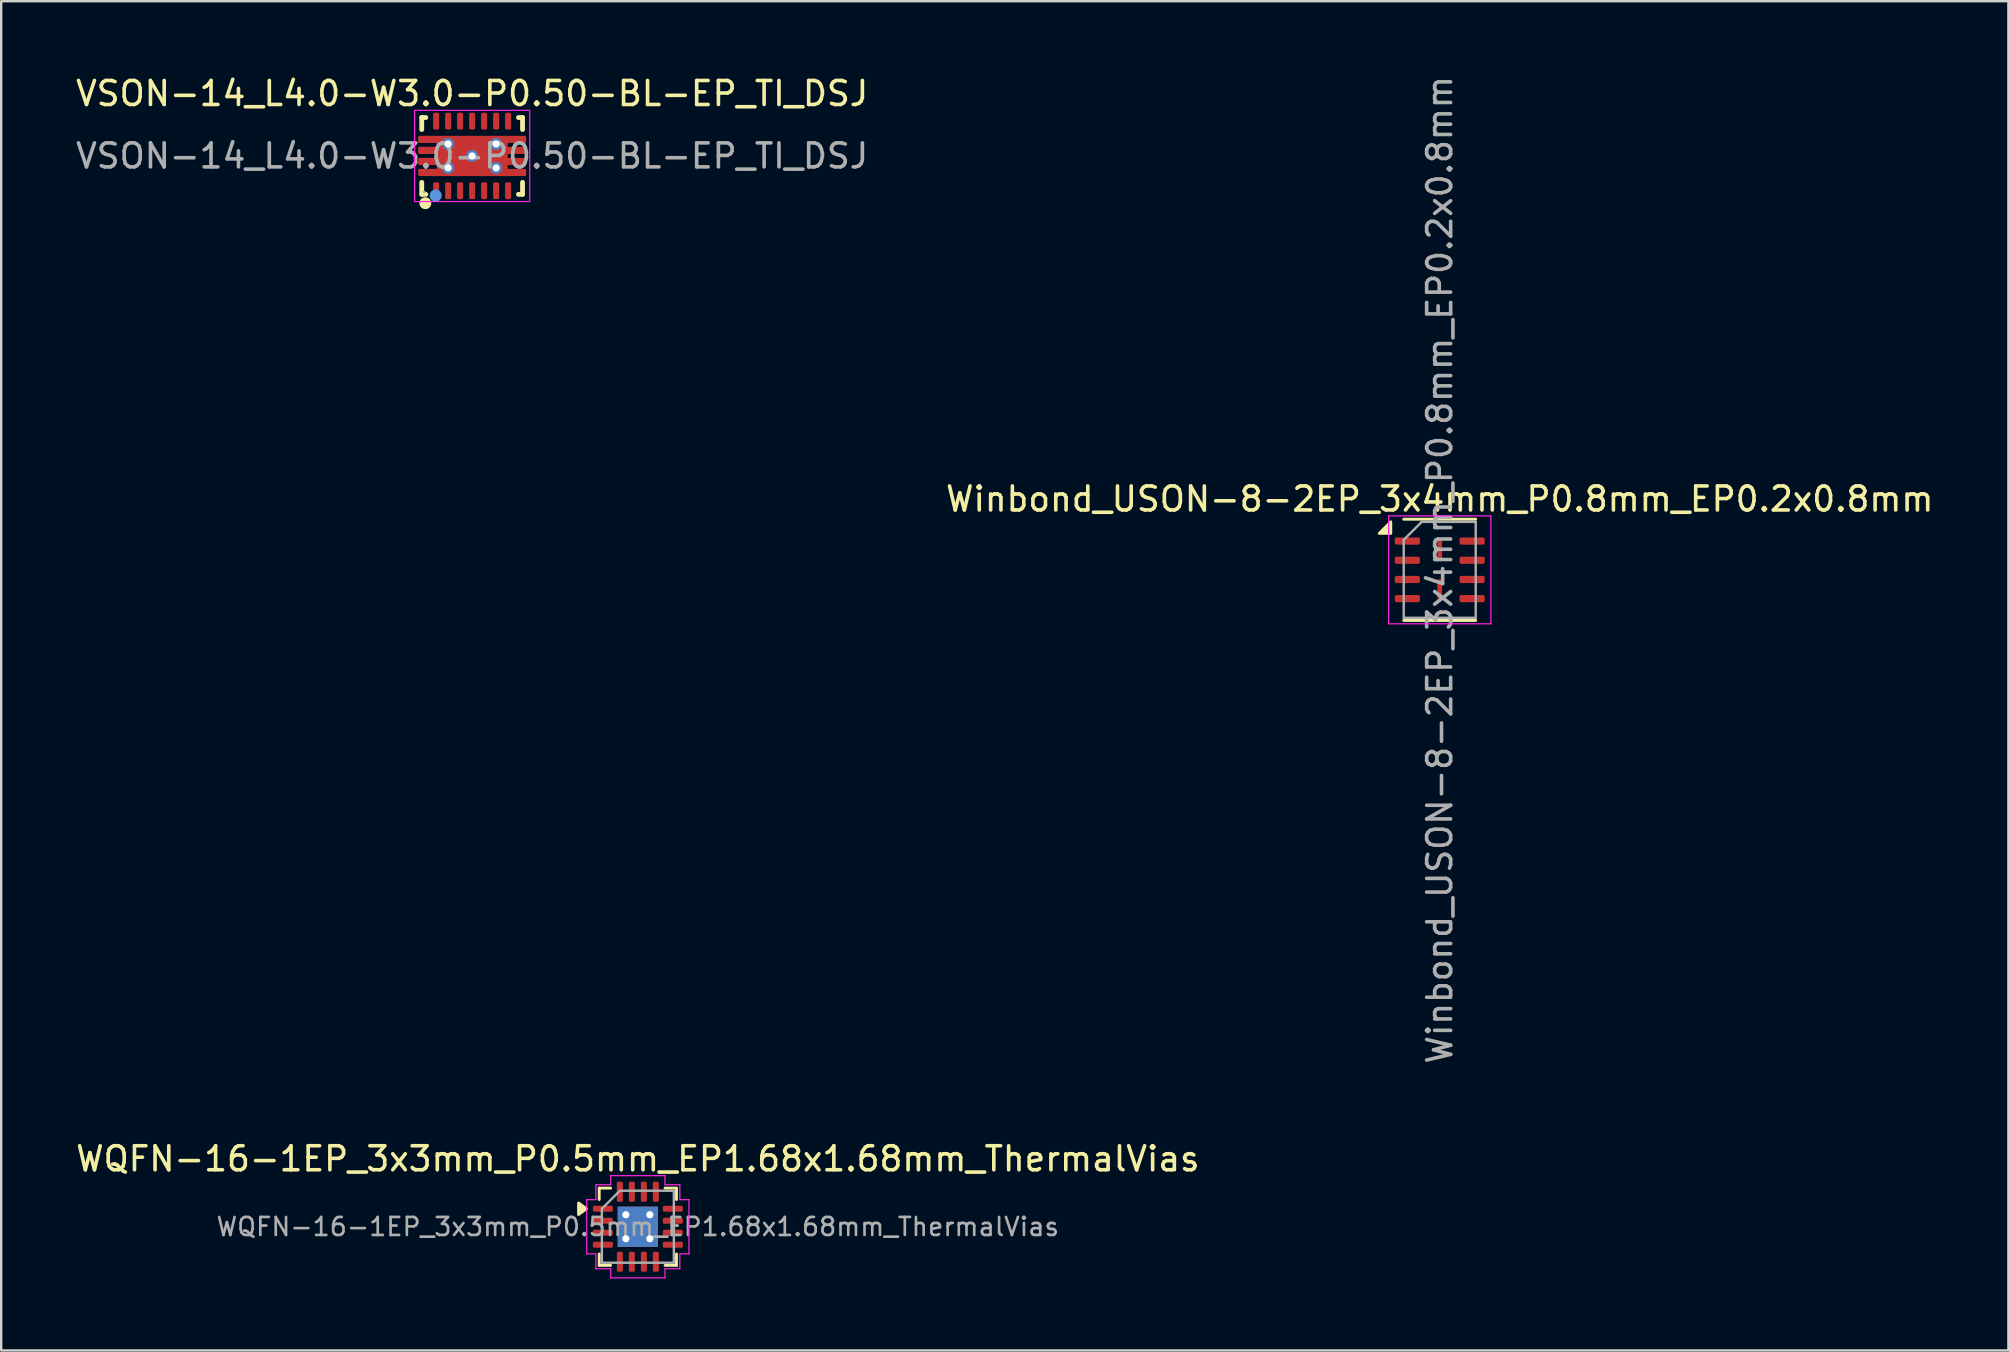
<source format=kicad_pcb>
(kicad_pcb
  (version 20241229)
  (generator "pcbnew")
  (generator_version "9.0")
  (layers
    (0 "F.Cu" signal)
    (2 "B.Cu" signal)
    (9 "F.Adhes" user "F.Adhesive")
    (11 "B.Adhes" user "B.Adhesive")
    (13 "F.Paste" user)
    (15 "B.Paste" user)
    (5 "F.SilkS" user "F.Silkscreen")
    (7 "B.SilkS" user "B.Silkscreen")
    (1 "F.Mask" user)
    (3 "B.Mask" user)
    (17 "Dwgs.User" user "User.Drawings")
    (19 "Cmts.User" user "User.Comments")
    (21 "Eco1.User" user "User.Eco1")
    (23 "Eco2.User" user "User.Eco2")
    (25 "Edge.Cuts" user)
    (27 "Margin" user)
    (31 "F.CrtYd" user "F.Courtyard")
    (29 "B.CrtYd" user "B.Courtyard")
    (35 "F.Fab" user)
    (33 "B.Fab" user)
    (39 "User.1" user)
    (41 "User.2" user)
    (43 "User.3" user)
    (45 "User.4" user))
  (footprint "WQFN-16-1EP_3x3mm_P0.5mm_EP1.68x1.68mm_ThermalVias"
    (layer "F.Cu")
    (at 23.53 48.071)
    (property "Reference" "WQFN-16-1EP_3x3mm_P0.5mm_EP1.68x1.68mm_ThermalVias" (at 0 -2.83 0) (layer "F.SilkS") (effects (font (size 1 1) (thickness 0.15))))
    (attr smd)
    (fp_line (start -1.61 -1.61) (end -1.135 -1.61) (stroke (width 0.12) (type solid)) (layer "F.SilkS"))
    (fp_line (start -1.61 -1.135) (end -1.61 -1.61) (stroke (width 0.12) (type solid)) (layer "F.SilkS"))
    (fp_line (start -1.61 1.61) (end -1.61 1.135) (stroke (width 0.12) (type solid)) (layer "F.SilkS"))
    (fp_line (start -1.135 1.61) (end -1.61 1.61) (stroke (width 0.12) (type solid)) (layer "F.SilkS"))
    (fp_line (start 1.135 -1.61) (end 1.61 -1.61) (stroke (width 0.12) (type solid)) (layer "F.SilkS"))
    (fp_line (start 1.61 -1.61) (end 1.61 -1.135) (stroke (width 0.12) (type solid)) (layer "F.SilkS"))
    (fp_line (start 1.61 1.135) (end 1.61 1.61) (stroke (width 0.12) (type solid)) (layer "F.SilkS"))
    (fp_line (start 1.61 1.61) (end 1.135 1.61) (stroke (width 0.12) (type solid)) (layer "F.SilkS"))
    (fp_poly (pts (xy -2.14 -0.75) (xy -2.47 -0.51) (xy -2.47 -0.99)) (stroke (width 0.12) (type solid)) (fill yes) (layer "F.SilkS"))
    (fp_line (start -2.13 -1.13) (end -1.75 -1.13) (stroke (width 0.05) (type solid)) (layer "F.CrtYd"))
    (fp_line (start -2.13 1.13) (end -2.13 -1.13) (stroke (width 0.05) (type solid)) (layer "F.CrtYd"))
    (fp_line (start -1.75 -1.75) (end -1.13 -1.75) (stroke (width 0.05) (type solid)) (layer "F.CrtYd"))
    (fp_line (start -1.75 -1.13) (end -1.75 -1.75) (stroke (width 0.05) (type solid)) (layer "F.CrtYd"))
    (fp_line (start -1.75 1.13) (end -2.13 1.13) (stroke (width 0.05) (type solid)) (layer "F.CrtYd"))
    (fp_line (start -1.75 1.75) (end -1.75 1.13) (stroke (width 0.05) (type solid)) (layer "F.CrtYd"))
    (fp_line (start -1.13 -2.13) (end 1.13 -2.13) (stroke (width 0.05) (type solid)) (layer "F.CrtYd"))
    (fp_line (start -1.13 -1.75) (end -1.13 -2.13) (stroke (width 0.05) (type solid)) (layer "F.CrtYd"))
    (fp_line (start -1.13 1.75) (end -1.75 1.75) (stroke (width 0.05) (type solid)) (layer "F.CrtYd"))
    (fp_line (start -1.13 2.13) (end -1.13 1.75) (stroke (width 0.05) (type solid)) (layer "F.CrtYd"))
    (fp_line (start 1.13 -2.13) (end 1.13 -1.75) (stroke (width 0.05) (type solid)) (layer "F.CrtYd"))
    (fp_line (start 1.13 -1.75) (end 1.75 -1.75) (stroke (width 0.05) (type solid)) (layer "F.CrtYd"))
    (fp_line (start 1.13 1.75) (end 1.13 2.13) (stroke (width 0.05) (type solid)) (layer "F.CrtYd"))
    (fp_line (start 1.13 2.13) (end -1.13 2.13) (stroke (width 0.05) (type solid)) (layer "F.CrtYd"))
    (fp_line (start 1.75 -1.75) (end 1.75 -1.13) (stroke (width 0.05) (type solid)) (layer "F.CrtYd"))
    (fp_line (start 1.75 -1.13) (end 2.13 -1.13) (stroke (width 0.05) (type solid)) (layer "F.CrtYd"))
    (fp_line (start 1.75 1.13) (end 1.75 1.75) (stroke (width 0.05) (type solid)) (layer "F.CrtYd"))
    (fp_line (start 1.75 1.75) (end 1.13 1.75) (stroke (width 0.05) (type solid)) (layer "F.CrtYd"))
    (fp_line (start 2.13 -1.13) (end 2.13 1.13) (stroke (width 0.05) (type solid)) (layer "F.CrtYd"))
    (fp_line (start 2.13 1.13) (end 1.75 1.13) (stroke (width 0.05) (type solid)) (layer "F.CrtYd"))
    (fp_poly (pts (xy -1.5 -0.75) (xy -1.5 1.5) (xy 1.5 1.5) (xy 1.5 -1.5) (xy -0.75 -1.5)) (stroke (width 0.1) (type solid)) (fill no) (layer "F.Fab"))
    (fp_text user "${REFERENCE}" (at 0 0 0) (layer "F.Fab") (effects (font (size 0.75 0.75) (thickness 0.11))))
    (pad "" smd roundrect (at -0.42 -0.42) (size 0.73 0.73) (layers "F.Paste") (roundrect_rratio 0.25))
    (pad "" smd roundrect (at -0.42 0.42) (size 0.73 0.73) (layers "F.Paste") (roundrect_rratio 0.25))
    (pad "" smd roundrect (at 0.42 -0.42) (size 0.73 0.73) (layers "F.Paste") (roundrect_rratio 0.25))
    (pad "" smd roundrect (at 0.42 0.42) (size 0.73 0.73) (layers "F.Paste") (roundrect_rratio 0.25))
    (pad "1" smd roundrect (at -1.458 -0.75) (size 0.835 0.25) (layers "F.Cu" "F.Mask" "F.Paste") (roundrect_rratio 0.25))
    (pad "2" smd roundrect (at -1.458 -0.25) (size 0.835 0.25) (layers "F.Cu" "F.Mask" "F.Paste") (roundrect_rratio 0.25))
    (pad "3" smd roundrect (at -1.458 0.25) (size 0.835 0.25) (layers "F.Cu" "F.Mask" "F.Paste") (roundrect_rratio 0.25))
    (pad "4" smd roundrect (at -1.458 0.75) (size 0.835 0.25) (layers "F.Cu" "F.Mask" "F.Paste") (roundrect_rratio 0.25))
    (pad "5" smd roundrect (at -0.75 1.458) (size 0.25 0.835) (layers "F.Cu" "F.Mask" "F.Paste") (roundrect_rratio 0.25))
    (pad "6" smd roundrect (at -0.25 1.458) (size 0.25 0.835) (layers "F.Cu" "F.Mask" "F.Paste") (roundrect_rratio 0.25))
    (pad "7" smd roundrect (at 0.25 1.458) (size 0.25 0.835) (layers "F.Cu" "F.Mask" "F.Paste") (roundrect_rratio 0.25))
    (pad "8" smd roundrect (at 0.75 1.458) (size 0.25 0.835) (layers "F.Cu" "F.Mask" "F.Paste") (roundrect_rratio 0.25))
    (pad "9" smd roundrect (at 1.458 0.75) (size 0.835 0.25) (layers "F.Cu" "F.Mask" "F.Paste") (roundrect_rratio 0.25))
    (pad "10" smd roundrect (at 1.458 0.25) (size 0.835 0.25) (layers "F.Cu" "F.Mask" "F.Paste") (roundrect_rratio 0.25))
    (pad "11" smd roundrect (at 1.458 -0.25) (size 0.835 0.25) (layers "F.Cu" "F.Mask" "F.Paste") (roundrect_rratio 0.25))
    (pad "12" smd roundrect (at 1.458 -0.75) (size 0.835 0.25) (layers "F.Cu" "F.Mask" "F.Paste") (roundrect_rratio 0.25))
    (pad "13" smd roundrect (at 0.75 -1.458) (size 0.25 0.835) (layers "F.Cu" "F.Mask" "F.Paste") (roundrect_rratio 0.25))
    (pad "14" smd roundrect (at 0.25 -1.458) (size 0.25 0.835) (layers "F.Cu" "F.Mask" "F.Paste") (roundrect_rratio 0.25))
    (pad "15" smd roundrect (at -0.25 -1.458) (size 0.25 0.835) (layers "F.Cu" "F.Mask" "F.Paste") (roundrect_rratio 0.25))
    (pad "16" smd roundrect (at -0.75 -1.458) (size 0.25 0.835) (layers "F.Cu" "F.Mask" "F.Paste") (roundrect_rratio 0.25))
    (pad "17" thru_hole circle (at -0.5 -0.5) (size 0.6 0.6) (drill 0.3) (property pad_prop_heatsink) (layers "*.Cu"))
    (pad "17" thru_hole circle (at -0.5 0.5) (size 0.6 0.6) (drill 0.3) (property pad_prop_heatsink) (layers "*.Cu"))
    (pad "17" smd rect (at 0 0) (size 1.68 1.68) (property pad_prop_heatsink) (layers "F.Cu" "F.Mask"))
    (pad "17" smd rect (at 0 0) (size 1.68 1.68) (property pad_prop_heatsink) (layers "B.Cu"))
    (pad "17" thru_hole circle (at 0.5 -0.5) (size 0.6 0.6) (drill 0.3) (property pad_prop_heatsink) (layers "*.Cu"))
    (pad "17" thru_hole circle (at 0.5 0.5) (size 0.6 0.6) (drill 0.3) (property pad_prop_heatsink) (layers "*.Cu")))
  (footprint "VSON-14_L4.0-W3.0-P0.50-BL-EP_TI_DSJ"
    (layer "F.Cu")
    (at 16.625 3.448)
    (property "Reference" "VSON-14_L4.0-W3.0-P0.50-BL-EP_TI_DSJ" (at 0 -2.6 0) (layer "F.SilkS") (effects (font (size 1 1) (thickness 0.15))))
    (attr smd)
    (fp_line (start -2.1 -1.6) (end -1.93 -1.6) (stroke (width 0.2) (type solid)) (layer "F.SilkS"))
    (fp_line (start -2.1 -1.1) (end -2.1 -1.6) (stroke (width 0.2) (type solid)) (layer "F.SilkS"))
    (fp_line (start -2.1 1.6) (end -2.1 1.1) (stroke (width 0.2) (type solid)) (layer "F.SilkS"))
    (fp_line (start -1.93 1.6) (end -2.1 1.6) (stroke (width 0.2) (type solid)) (layer "F.SilkS"))
    (fp_line (start 2.1 -1.6) (end 1.93 -1.6) (stroke (width 0.2) (type solid)) (layer "F.SilkS"))
    (fp_line (start 2.1 -1.1) (end 2.1 -1.6) (stroke (width 0.2) (type solid)) (layer "F.SilkS"))
    (fp_line (start 2.1 1.1) (end 2.1 1.6) (stroke (width 0.2) (type solid)) (layer "F.SilkS"))
    (fp_line (start 2.1 1.6) (end 1.93 1.6) (stroke (width 0.2) (type solid)) (layer "F.SilkS"))
    (fp_arc (start -1.95 1.97) (mid -1.95 1.97) (end -1.95 1.97) (stroke (width 0.25) (type solid)) (layer "F.SilkS"))
    (fp_circle (center -1.52 1.65) (end -1.39 1.65) (stroke (width 0.25) (type solid)) (fill no) (layer "Cmts.User"))
    (fp_rect (start -2.4 -1.9) (end 2.4 1.9) (stroke (width 0.05) (type default)) (fill no) (layer "F.CrtYd"))
    (fp_circle (center -2 1.5) (end -1.97 1.5) (stroke (width 0.06) (type solid)) (fill no) (layer "F.Fab"))
    (fp_text user "${REFERENCE}" (at 0 0 0) (layer "F.Fab") (effects (font (size 1 1) (thickness 0.15))))
    (pad "1" smd roundrect (at -1.5 1.45) (size 0.25 0.7) (layers "F.Cu" "F.Mask" "F.Paste") (roundrect_rratio 0.25))
    (pad "2" smd roundrect (at -1 1.45) (size 0.25 0.7) (layers "F.Cu" "F.Mask" "F.Paste") (roundrect_rratio 0.25))
    (pad "3" smd roundrect (at -0.5 1.45) (size 0.25 0.7) (layers "F.Cu" "F.Mask" "F.Paste") (roundrect_rratio 0.25))
    (pad "4" smd roundrect (at 0 1.45) (size 0.25 0.7) (layers "F.Cu" "F.Mask" "F.Paste") (roundrect_rratio 0.25))
    (pad "5" smd roundrect (at 0.5 1.45) (size 0.25 0.7) (layers "F.Cu" "F.Mask" "F.Paste") (roundrect_rratio 0.25))
    (pad "6" smd roundrect (at 1 1.45) (size 0.25 0.7) (layers "F.Cu" "F.Mask" "F.Paste") (roundrect_rratio 0.25))
    (pad "7" smd roundrect (at 1.5 1.45) (size 0.25 0.7) (layers "F.Cu" "F.Mask" "F.Paste") (roundrect_rratio 0.25))
    (pad "8" smd roundrect (at 1.5 -1.45) (size 0.25 0.7) (layers "F.Cu" "F.Mask" "F.Paste") (roundrect_rratio 0.25))
    (pad "9" smd roundrect (at 1 -1.45) (size 0.25 0.7) (layers "F.Cu" "F.Mask" "F.Paste") (roundrect_rratio 0.25))
    (pad "10" smd roundrect (at 0.5 -1.45 180) (size 0.25 0.7) (layers "F.Cu" "F.Mask" "F.Paste") (roundrect_rratio 0.25))
    (pad "11" smd roundrect (at 0 -1.45 180) (size 0.25 0.7) (layers "F.Cu" "F.Mask" "F.Paste") (roundrect_rratio 0.25))
    (pad "12" smd roundrect (at -0.5 -1.45 180) (size 0.25 0.7) (layers "F.Cu" "F.Mask" "F.Paste") (roundrect_rratio 0.25))
    (pad "13" smd roundrect (at -1 -1.45 180) (size 0.25 0.7) (layers "F.Cu" "F.Mask" "F.Paste") (roundrect_rratio 0.25))
    (pad "14" smd roundrect (at -1.5 -1.45 180) (size 0.25 0.7) (layers "F.Cu" "F.Mask" "F.Paste") (roundrect_rratio 0.25))
    (pad "15" thru_hole circle (at -1 -0.5) (size 0.5 0.5) (drill 0.3) (layers "*.Cu" "F.Mask" "F.Paste"))
    (pad "15" thru_hole circle (at -1 0.5) (size 0.5 0.5) (drill 0.3) (layers "*.Cu" "F.Mask" "F.Paste"))
    (pad "15" thru_hole circle (at 0 0) (size 0.5 0.5) (drill 0.3) (layers "*.Cu" "F.Mask" "F.Paste"))
    (pad "15" smd custom (at 0 0) (size 1 1) (layers "F.Cu" "F.Mask" "F.Paste") (options (anchor circle)) (primitives (gr_poly (pts (xy -2.2 -0.79) (xy -2.2 -0.59) (xy -1.43 -0.59) (xy -1.43 -0.33) (xy -2.2 -0.33) (xy -2.2 -0.13) (xy -1.43 -0.13) (xy -1.43 0.13) (xy -2.2 0.13) (xy -2.2 0.33) (xy -1.43 0.33) (xy -1.43 0.59) (xy -2.2 0.59) (xy -2.2 0.79) (xy 2.2 0.79) (xy 2.2 0.59) (xy 1.43 0.59) (xy 1.43 0.33) (xy 2.2 0.33) (xy 2.2 0.13) (xy 1.43 0.13) (xy 1.43 -0.13) (xy 2.2 -0.13) (xy 2.2 -0.33) (xy 1.43 -0.33) (xy 1.43 -0.59) (xy 2.2 -0.59) (xy 2.2 -0.79) (xy -2.2 -0.79)) (width 0.1) (fill yes))))
    (pad "15" thru_hole circle (at 1 -0.5) (size 0.5 0.5) (drill 0.3) (layers "*.Cu" "F.Mask" "F.Paste"))
    (pad "15" thru_hole circle (at 1 0.5) (size 0.5 0.5) (drill 0.3) (layers "*.Cu" "F.Mask" "F.Paste")))
  (footprint "Winbond_USON-8-2EP_3x4mm_P0.8mm_EP0.2x0.8mm"
    (layer "F.Cu")
    (at 56.946 20.696)
    (property "Reference" "Winbond_USON-8-2EP_3x4mm_P0.8mm_EP0.2x0.8mm" (at 0 -2.95 0) (layer "F.SilkS") (effects (font (size 1 1) (thickness 0.15))))
    (attr smd)
    (fp_line (start -1.5 -2.11) (end 1.5 -2.11) (stroke (width 0.12) (type solid)) (layer "F.SilkS"))
    (fp_line (start -1.5 2.11) (end 1.5 2.11) (stroke (width 0.12) (type solid)) (layer "F.SilkS"))
    (fp_poly (pts (xy -2.04 -1.52) (xy -2.52 -1.52) (xy -2.04 -2) (xy -2.04 -1.52)) (stroke (width 0.12) (type solid)) (fill yes) (layer "F.SilkS"))
    (fp_line (start -2.13 -2.25) (end -2.13 2.25) (stroke (width 0.05) (type solid)) (layer "F.CrtYd"))
    (fp_line (start -2.13 2.25) (end 2.13 2.25) (stroke (width 0.05) (type solid)) (layer "F.CrtYd"))
    (fp_line (start 2.13 -2.25) (end -2.13 -2.25) (stroke (width 0.05) (type solid)) (layer "F.CrtYd"))
    (fp_line (start 2.13 2.25) (end 2.13 -2.25) (stroke (width 0.05) (type solid)) (layer "F.CrtYd"))
    (fp_line (start -1.5 -1.25) (end -0.75 -2) (stroke (width 0.1) (type solid)) (layer "F.Fab"))
    (fp_line (start -1.5 2) (end -1.5 -1.25) (stroke (width 0.1) (type solid)) (layer "F.Fab"))
    (fp_line (start -0.75 -2) (end 1.5 -2) (stroke (width 0.1) (type solid)) (layer "F.Fab"))
    (fp_line (start 1.5 -2) (end 1.5 2) (stroke (width 0.1) (type solid)) (layer "F.Fab"))
    (fp_line (start 1.5 2) (end -1.5 2) (stroke (width 0.1) (type solid)) (layer "F.Fab"))
    (fp_text user "${REFERENCE}" (at 0 0 90) (layer "F.Fab") (effects (font (size 1 1) (thickness 0.15))))
    (pad "1" smd roundrect (at -1.35 -1.2) (size 1.05 0.3) (layers "F.Cu" "F.Mask" "F.Paste") (roundrect_rratio 0.25))
    (pad "2" smd roundrect (at -1.35 -0.4) (size 1.05 0.3) (layers "F.Cu" "F.Mask" "F.Paste") (roundrect_rratio 0.25))
    (pad "3" smd roundrect (at -1.35 0.4) (size 1.05 0.3) (layers "F.Cu" "F.Mask" "F.Paste") (roundrect_rratio 0.25))
    (pad "4" smd roundrect (at -1.35 1.2) (size 1.05 0.3) (layers "F.Cu" "F.Mask" "F.Paste") (roundrect_rratio 0.25))
    (pad "5" smd roundrect (at 1.35 1.2) (size 1.05 0.3) (layers "F.Cu" "F.Mask" "F.Paste") (roundrect_rratio 0.25))
    (pad "6" smd roundrect (at 1.35 0.4) (size 1.05 0.3) (layers "F.Cu" "F.Mask" "F.Paste") (roundrect_rratio 0.25))
    (pad "7" smd roundrect (at 1.35 -0.4) (size 1.05 0.3) (layers "F.Cu" "F.Mask" "F.Paste") (roundrect_rratio 0.25))
    (pad "8" smd roundrect (at 1.35 -1.2) (size 1.05 0.3) (layers "F.Cu" "F.Mask" "F.Paste") (roundrect_rratio 0.25))
    (pad "9" smd roundrect (at 0 -0.8) (size 0.2 0.8) (layers "F.Cu" "F.Mask" "F.Paste") (roundrect_rratio 0.02))
    (pad "9" smd roundrect (at 0 0.8) (size 0.2 0.8) (layers "F.Cu" "F.Mask" "F.Paste") (roundrect_rratio 0.02)))
  (gr_rect
    (start -3 -3)
    (end 80.643 53.226)
    (stroke (width 0.1) (type default))
    (fill no)
    (layer "Edge.Cuts")))
</source>
